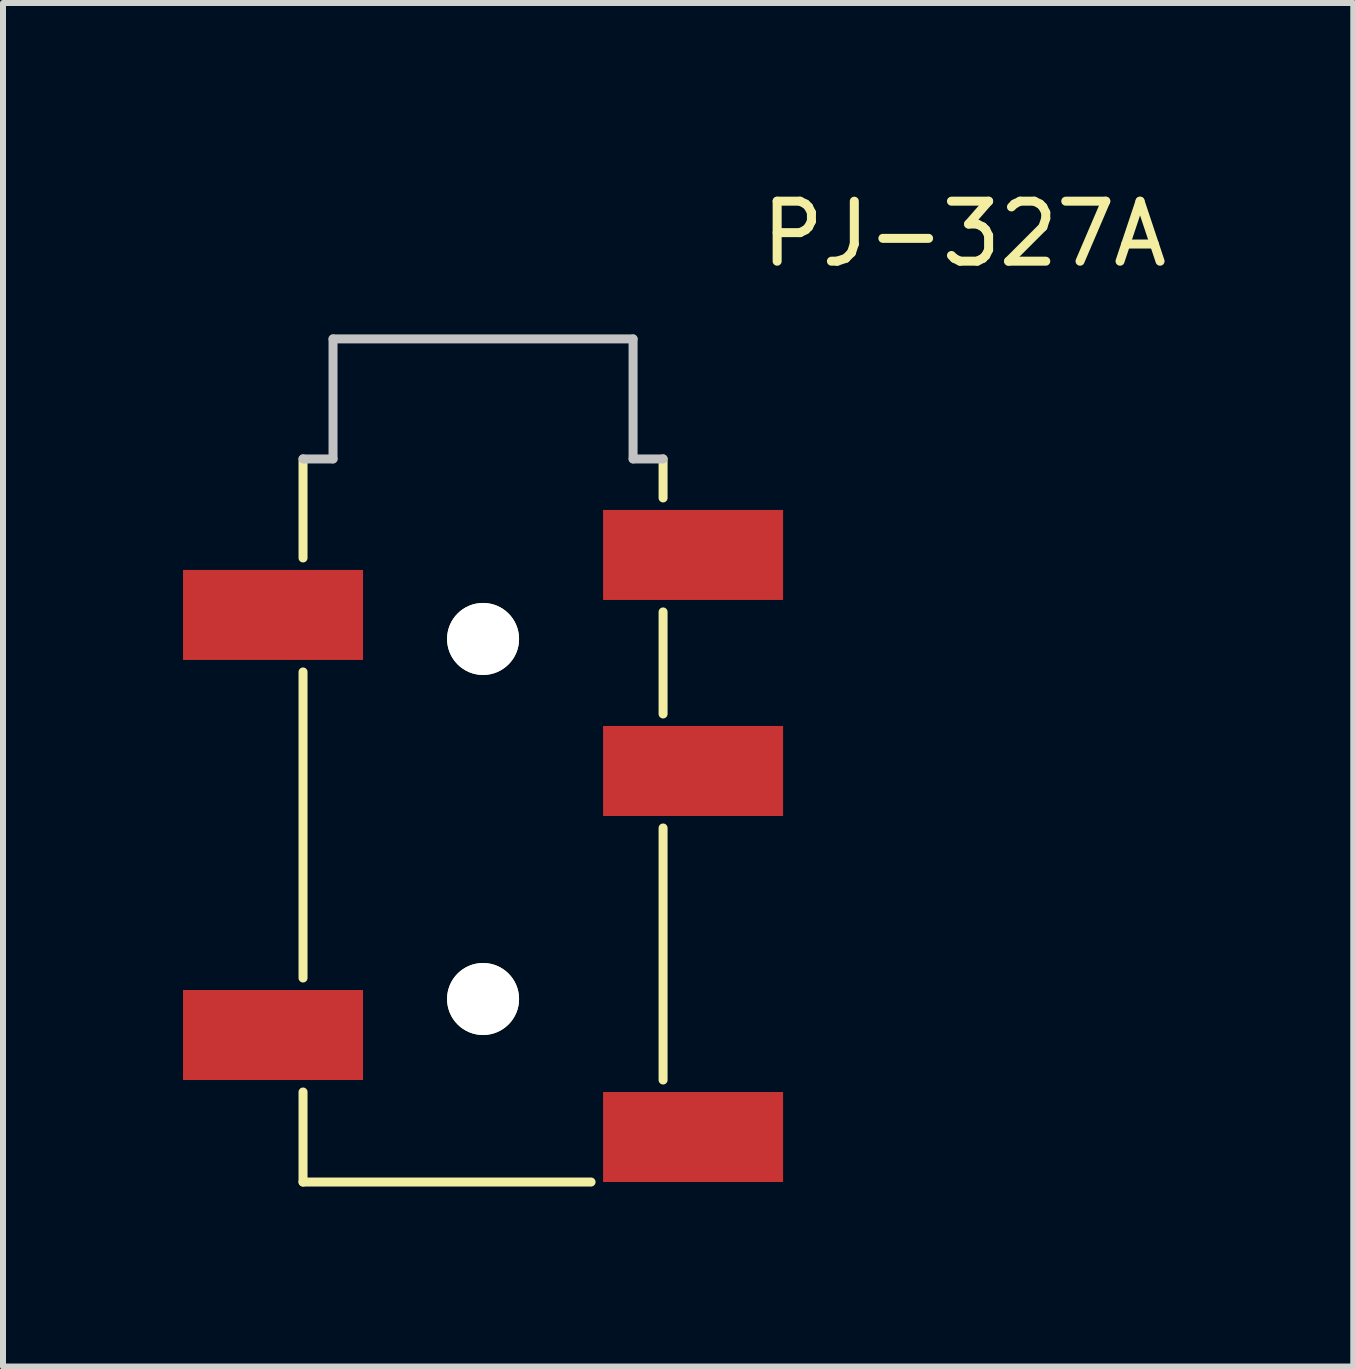
<source format=kicad_pcb>
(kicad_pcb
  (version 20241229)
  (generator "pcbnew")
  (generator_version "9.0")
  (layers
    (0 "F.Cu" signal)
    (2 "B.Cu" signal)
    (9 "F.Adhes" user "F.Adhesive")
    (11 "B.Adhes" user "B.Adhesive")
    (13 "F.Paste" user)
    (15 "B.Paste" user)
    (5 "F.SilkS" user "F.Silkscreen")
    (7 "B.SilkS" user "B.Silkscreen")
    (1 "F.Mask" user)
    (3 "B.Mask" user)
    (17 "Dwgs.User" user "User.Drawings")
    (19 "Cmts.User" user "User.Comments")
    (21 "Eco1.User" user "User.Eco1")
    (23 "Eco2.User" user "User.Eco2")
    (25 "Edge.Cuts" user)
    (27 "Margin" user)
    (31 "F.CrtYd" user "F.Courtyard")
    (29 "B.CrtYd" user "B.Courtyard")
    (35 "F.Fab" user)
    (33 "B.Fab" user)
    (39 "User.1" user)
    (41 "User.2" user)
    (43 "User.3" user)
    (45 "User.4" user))
  (footprint "PJ-327A"
    (layer "F.Cu")
    (at 5 4.598)
    (property "Reference" "PJ-327A" (at 8.02 -3.75 0) (layer "F.SilkS") (effects (font (size 1 1) (thickness 0.15))))
    (attr through_hole)
    (fp_line (start -3 0) (end -3 1.65) (stroke (width 0.15) (type solid)) (layer "F.SilkS"))
    (fp_line (start -3 3.55) (end -3 8.65) (stroke (width 0.15) (type solid)) (layer "F.SilkS"))
    (fp_line (start -3 10.55) (end -3 12.05) (stroke (width 0.15) (type solid)) (layer "F.SilkS"))
    (fp_line (start -3 12.05) (end 1.8 12.05) (stroke (width 0.15) (type solid)) (layer "F.SilkS"))
    (fp_line (start 3 0.65) (end 3 0) (stroke (width 0.15) (type solid)) (layer "F.SilkS"))
    (fp_line (start 3 2.55) (end 3 4.25) (stroke (width 0.15) (type solid)) (layer "F.SilkS"))
    (fp_line (start 3 6.15) (end 3 10.35) (stroke (width 0.15) (type solid)) (layer "F.SilkS"))
    (fp_line (start -2.5 -2) (end -2.5 0) (stroke (width 0.15) (type solid)) (layer "Dwgs.User"))
    (fp_line (start -2.5 0) (end -3 0) (stroke (width 0.15) (type solid)) (layer "Dwgs.User"))
    (fp_line (start 2.5 -2) (end -2.5 -2) (stroke (width 0.15) (type solid)) (layer "Dwgs.User"))
    (fp_line (start 2.5 0) (end 2.5 -2) (stroke (width 0.15) (type solid)) (layer "Dwgs.User"))
    (fp_line (start 3 0) (end 2.5 0) (stroke (width 0.15) (type solid)) (layer "Dwgs.User"))
    (pad "" np_thru_hole circle (at 0 3) (size 1.2 1.2) (drill 1.2) (layers "*.Cu" "*.Mask" "F.SilkS"))
    (pad "" np_thru_hole circle (at 0 9) (size 1.2 1.2) (drill 1.2) (layers "*.Cu" "*.Mask" "F.SilkS"))
    (pad "G" smd rect (at -3.5 2.6) (size 3 1.5) (layers "F.Cu" "F.Mask" "F.Paste"))
    (pad "G" smd rect (at 3.5 1.6) (size 3 1.5) (layers "F.Cu" "F.Mask" "F.Paste"))
    (pad "S" smd rect (at 3.5 5.2) (size 3 1.5) (layers "F.Cu" "F.Mask" "F.Paste"))
    (pad "T" smd rect (at -3.5 9.6) (size 3 1.5) (layers "F.Cu" "F.Mask" "F.Paste"))
    (pad "TN" smd rect (at 3.5 11.3) (size 3 1.5) (layers "F.Cu" "F.Mask" "F.Paste")))
  (gr_rect
    (start -3 -3)
    (end 19.502 19.723)
    (stroke (width 0.1) (type default))
    (fill no)
    (layer "Edge.Cuts")))
</source>
